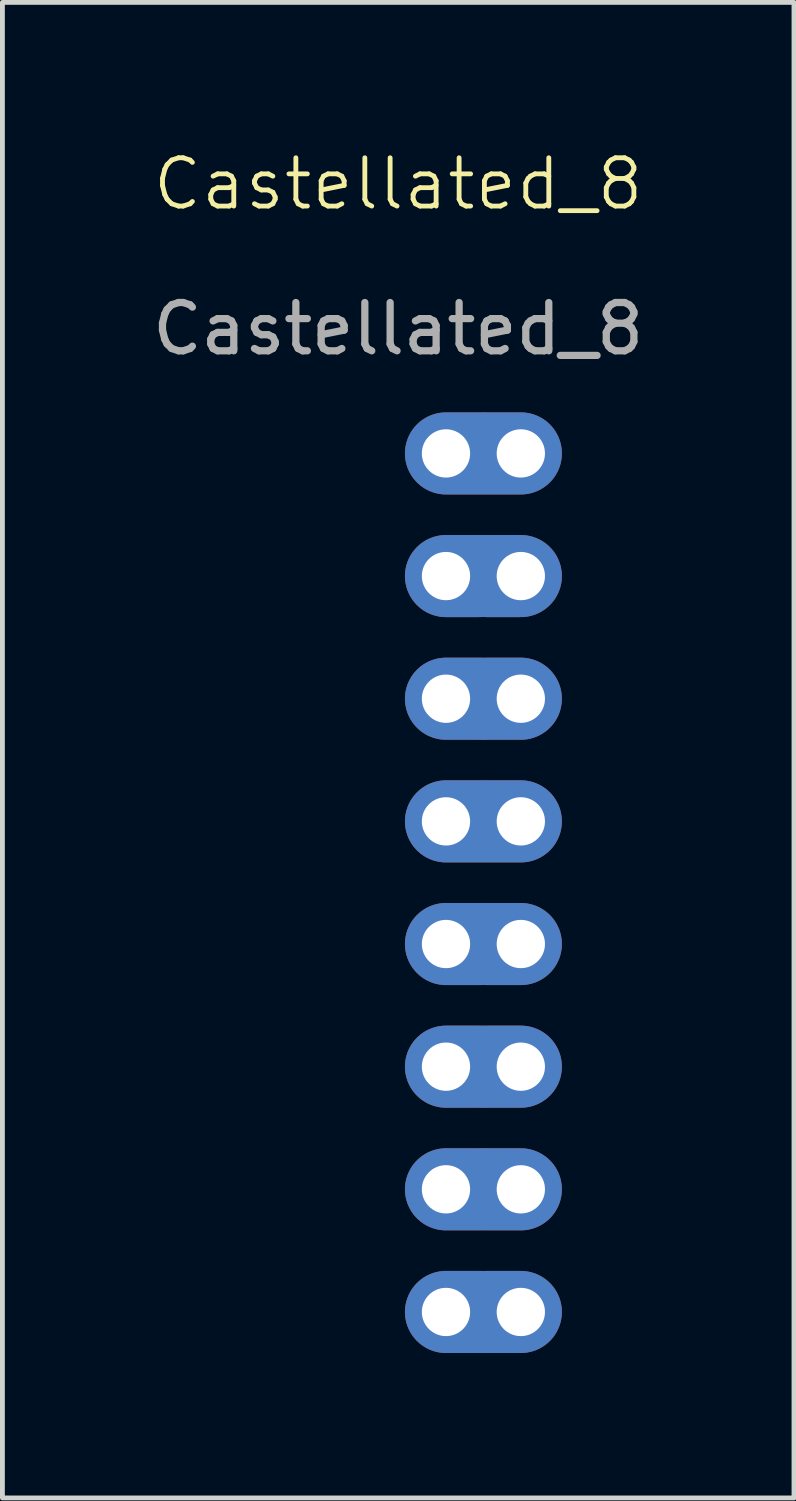
<source format=kicad_pcb>
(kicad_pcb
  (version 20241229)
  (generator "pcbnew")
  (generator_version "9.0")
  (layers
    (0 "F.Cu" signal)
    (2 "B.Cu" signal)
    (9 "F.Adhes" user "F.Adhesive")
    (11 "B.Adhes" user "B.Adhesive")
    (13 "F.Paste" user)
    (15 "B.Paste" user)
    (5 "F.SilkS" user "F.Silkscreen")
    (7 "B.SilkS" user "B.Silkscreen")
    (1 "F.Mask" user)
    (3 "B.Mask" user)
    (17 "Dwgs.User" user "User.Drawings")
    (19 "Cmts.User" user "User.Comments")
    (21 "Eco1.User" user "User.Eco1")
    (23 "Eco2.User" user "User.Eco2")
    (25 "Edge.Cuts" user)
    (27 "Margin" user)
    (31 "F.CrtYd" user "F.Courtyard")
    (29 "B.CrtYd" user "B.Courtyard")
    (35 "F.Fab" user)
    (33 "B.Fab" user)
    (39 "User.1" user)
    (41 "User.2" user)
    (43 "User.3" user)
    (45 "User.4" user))
  (footprint "Castellated_8"
    (layer "F.Cu")
    (at 5.196 1.26)
    (property "Reference" "Castellated_8" (at 0 -0.5 0) (unlocked yes) (layer "F.SilkS") (effects (font (size 1 1) (thickness 0.1))))
    (attr smd)
    (fp_text user "${REFERENCE}" (at 0 2.5 0) (unlocked yes) (layer "F.Fab") (effects (font (size 1 1) (thickness 0.15))))
    (pad "1" thru_hole oval (at 0.99 5.08) (size 2.4 1.7) (drill 1 (offset 0.35 0)) (layers "*.Cu" "*.Mask"))
    (pad "1" thru_hole oval (at 2.54 5.08) (size 2.4 1.7) (drill 1 (offset -0.35 0)) (layers "*.Cu" "*.Mask"))
    (pad "2" thru_hole oval (at 0.99 7.62) (size 2.4 1.7) (drill 1 (offset 0.35 0)) (layers "*.Cu" "*.Mask"))
    (pad "2" thru_hole oval (at 2.54 7.62) (size 2.4 1.7) (drill 1 (offset -0.35 0)) (layers "*.Cu" "*.Mask"))
    (pad "3" thru_hole oval (at 0.99 10.16) (size 2.4 1.7) (drill 1 (offset 0.35 0)) (layers "*.Cu" "*.Mask"))
    (pad "3" thru_hole oval (at 2.54 10.16) (size 2.4 1.7) (drill 1 (offset -0.35 0)) (layers "*.Cu" "*.Mask"))
    (pad "4" thru_hole oval (at 0.99 12.7) (size 2.4 1.7) (drill 1 (offset 0.35 0)) (layers "*.Cu" "*.Mask"))
    (pad "4" thru_hole oval (at 2.54 12.7) (size 2.4 1.7) (drill 1 (offset -0.35 0)) (layers "*.Cu" "*.Mask"))
    (pad "5" thru_hole oval (at 0.99 15.24) (size 2.4 1.7) (drill 1 (offset 0.35 0)) (layers "*.Cu" "*.Mask"))
    (pad "5" thru_hole oval (at 2.54 15.24) (size 2.4 1.7) (drill 1 (offset -0.35 0)) (layers "*.Cu" "*.Mask"))
    (pad "6" thru_hole oval (at 0.99 17.78) (size 2.4 1.7) (drill 1 (offset 0.35 0)) (layers "*.Cu" "*.Mask"))
    (pad "6" thru_hole oval (at 2.54 17.78) (size 2.4 1.7) (drill 1 (offset -0.35 0)) (layers "*.Cu" "*.Mask"))
    (pad "7" thru_hole oval (at 0.99 20.32) (size 2.4 1.7) (drill 1 (offset 0.35 0)) (layers "*.Cu" "*.Mask"))
    (pad "7" thru_hole oval (at 2.54 20.32) (size 2.4 1.7) (drill 1 (offset -0.35 0)) (layers "*.Cu" "*.Mask"))
    (pad "8" thru_hole oval (at 0.99 22.86) (size 2.4 1.7) (drill 1 (offset 0.35 0)) (layers "*.Cu" "*.Mask"))
    (pad "8" thru_hole oval (at 2.54 22.86) (size 2.4 1.7) (drill 1 (offset -0.35 0)) (layers "*.Cu" "*.Mask")))
  (gr_rect
    (start -3 -3)
    (end 13.393 27.971)
    (stroke (width 0.1) (type default))
    (fill no)
    (layer "Edge.Cuts")))
</source>
